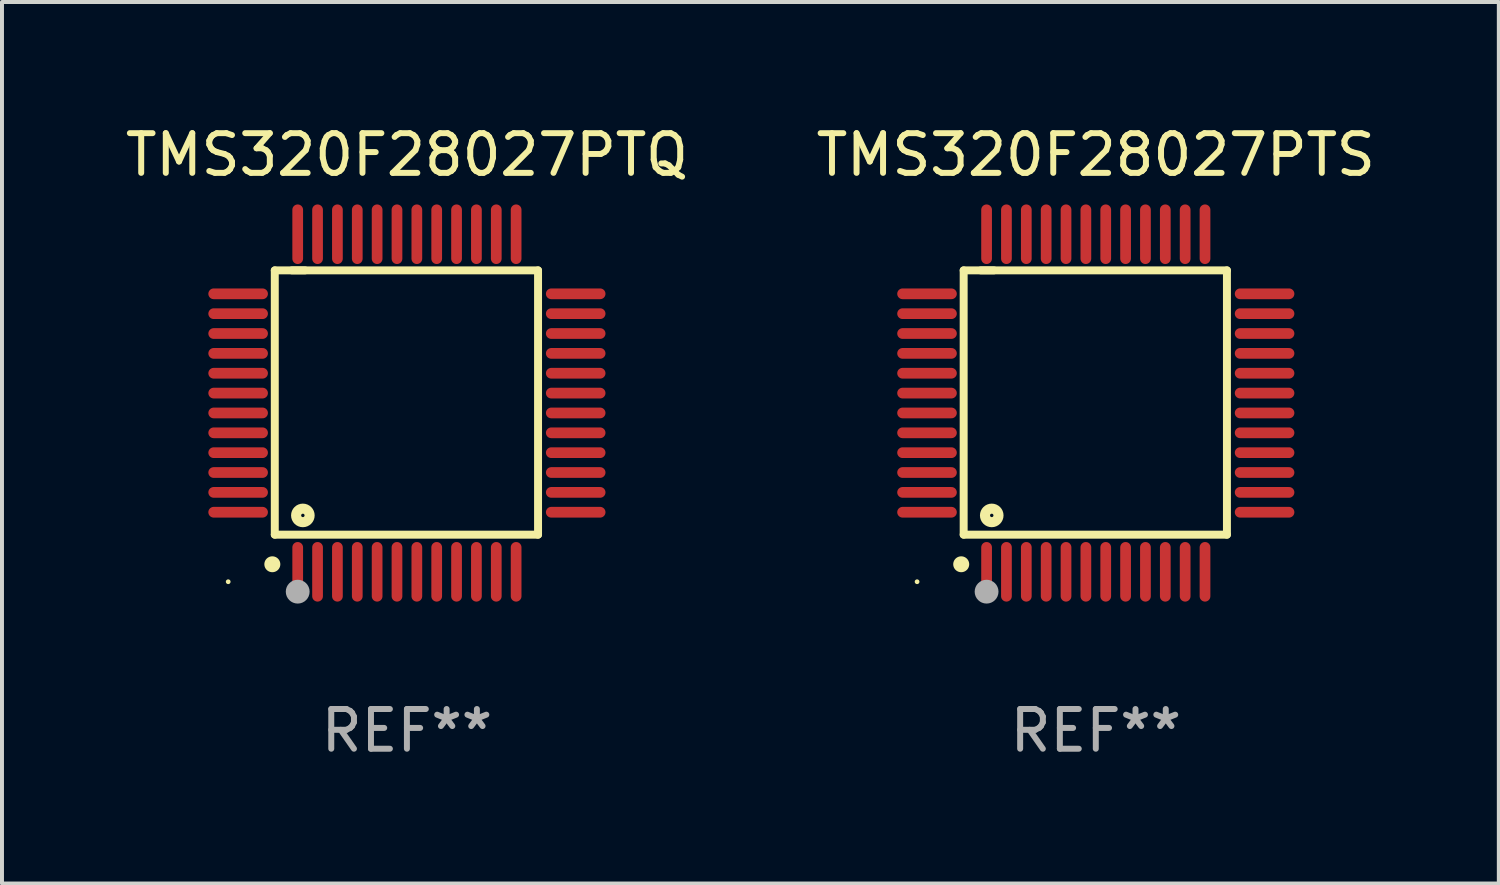
<source format=kicad_pcb>
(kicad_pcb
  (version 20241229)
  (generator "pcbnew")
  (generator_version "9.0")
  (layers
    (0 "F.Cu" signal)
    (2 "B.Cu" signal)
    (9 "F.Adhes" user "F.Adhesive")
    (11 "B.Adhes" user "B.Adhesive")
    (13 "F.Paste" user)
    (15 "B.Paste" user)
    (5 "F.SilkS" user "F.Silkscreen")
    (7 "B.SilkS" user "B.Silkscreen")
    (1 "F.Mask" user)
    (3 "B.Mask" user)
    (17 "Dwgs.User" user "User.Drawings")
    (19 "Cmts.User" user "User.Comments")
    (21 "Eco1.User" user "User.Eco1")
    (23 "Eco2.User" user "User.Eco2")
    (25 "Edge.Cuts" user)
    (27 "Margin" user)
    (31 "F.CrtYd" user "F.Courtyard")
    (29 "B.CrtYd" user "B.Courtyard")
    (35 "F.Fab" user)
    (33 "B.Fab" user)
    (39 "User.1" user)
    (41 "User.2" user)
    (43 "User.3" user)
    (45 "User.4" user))
  (footprint "TMS320F28027PTS"
    (layer "F.Cu")
    (at 24.542 7.098)
    (property "Reference" "TMS320F28027PTS" (at 0 -6.25 0) (layer "F.SilkS") (effects (font (size 1 1) (thickness 0.15))))
    (attr through_hole)
    (fp_line (start -3.327 -3.34) (end -2.565 -3.34) (stroke (width 0.2) (type solid)) (layer "F.SilkS"))
    (fp_line (start -3.327 3.315) (end -3.327 -3.34) (stroke (width 0.2) (type solid)) (layer "F.SilkS"))
    (fp_line (start -2.896 -3.34) (end 3.302 -3.34) (stroke (width 0.2) (type solid)) (layer "F.SilkS"))
    (fp_line (start 3.302 -3.34) (end 3.302 3.315) (stroke (width 0.2) (type solid)) (layer "F.SilkS"))
    (fp_line (start 3.302 3.315) (end -3.327 3.315) (stroke (width 0.2) (type solid)) (layer "F.SilkS"))
    (fp_arc (start -3.389992 4.059995) (mid -3.388722 4.059991) (end -3.387452 4.059995) (stroke (width 0.4) (type solid)) (layer "F.SilkS"))
    (fp_circle (center -4.5 4.5) (end -4.47 4.5) (stroke (width 0.06) (type solid)) (fill no) (layer "F.SilkS"))
    (fp_circle (center -2.62 2.83) (end -2.45 2.83) (stroke (width 0.254) (type solid)) (fill no) (layer "F.SilkS"))
    (fp_circle (center -2.75 4.75) (end -2.6 4.75) (stroke (width 0.3) (type solid)) (fill no) (layer "F.Fab"))
    (fp_text user "REF**" (at 0 8.25 0) (layer "F.Fab") (effects (font (size 1 1) (thickness 0.15))))
    (pad "1" smd oval (at -2.75 4.25) (size 0.27 1.5) (layers "F.Cu" "F.Mask" "F.Paste"))
    (pad "2" smd oval (at -2.25 4.25) (size 0.27 1.5) (layers "F.Cu" "F.Mask" "F.Paste"))
    (pad "3" smd oval (at -1.75 4.25) (size 0.27 1.5) (layers "F.Cu" "F.Mask" "F.Paste"))
    (pad "4" smd oval (at -1.25 4.25) (size 0.27 1.5) (layers "F.Cu" "F.Mask" "F.Paste"))
    (pad "5" smd oval (at -0.75 4.25) (size 0.27 1.5) (layers "F.Cu" "F.Mask" "F.Paste"))
    (pad "6" smd oval (at -0.25 4.25) (size 0.27 1.5) (layers "F.Cu" "F.Mask" "F.Paste"))
    (pad "7" smd oval (at 0.25 4.25) (size 0.27 1.5) (layers "F.Cu" "F.Mask" "F.Paste"))
    (pad "8" smd oval (at 0.75 4.25) (size 0.27 1.5) (layers "F.Cu" "F.Mask" "F.Paste"))
    (pad "9" smd oval (at 1.25 4.25) (size 0.27 1.5) (layers "F.Cu" "F.Mask" "F.Paste"))
    (pad "10" smd oval (at 1.75 4.25) (size 0.27 1.5) (layers "F.Cu" "F.Mask" "F.Paste"))
    (pad "11" smd oval (at 2.25 4.25) (size 0.27 1.5) (layers "F.Cu" "F.Mask" "F.Paste"))
    (pad "12" smd oval (at 2.75 4.25) (size 0.27 1.5) (layers "F.Cu" "F.Mask" "F.Paste"))
    (pad "13" smd oval (at 4.25 2.75) (size 1.5 0.27) (layers "F.Cu" "F.Mask" "F.Paste"))
    (pad "14" smd oval (at 4.25 2.25) (size 1.5 0.27) (layers "F.Cu" "F.Mask" "F.Paste"))
    (pad "15" smd oval (at 4.25 1.75) (size 1.5 0.27) (layers "F.Cu" "F.Mask" "F.Paste"))
    (pad "16" smd oval (at 4.25 1.25) (size 1.5 0.27) (layers "F.Cu" "F.Mask" "F.Paste"))
    (pad "17" smd oval (at 4.25 0.75) (size 1.5 0.27) (layers "F.Cu" "F.Mask" "F.Paste"))
    (pad "18" smd oval (at 4.25 0.25) (size 1.5 0.27) (layers "F.Cu" "F.Mask" "F.Paste"))
    (pad "19" smd oval (at 4.25 -0.25) (size 1.5 0.27) (layers "F.Cu" "F.Mask" "F.Paste"))
    (pad "20" smd oval (at 4.25 -0.75) (size 1.5 0.27) (layers "F.Cu" "F.Mask" "F.Paste"))
    (pad "21" smd oval (at 4.25 -1.25) (size 1.5 0.27) (layers "F.Cu" "F.Mask" "F.Paste"))
    (pad "22" smd oval (at 4.25 -1.75) (size 1.5 0.27) (layers "F.Cu" "F.Mask" "F.Paste"))
    (pad "23" smd oval (at 4.25 -2.25) (size 1.5 0.27) (layers "F.Cu" "F.Mask" "F.Paste"))
    (pad "24" smd oval (at 4.25 -2.75) (size 1.5 0.27) (layers "F.Cu" "F.Mask" "F.Paste"))
    (pad "25" smd oval (at 2.75 -4.25) (size 0.27 1.5) (layers "F.Cu" "F.Mask" "F.Paste"))
    (pad "26" smd oval (at 2.25 -4.25) (size 0.27 1.5) (layers "F.Cu" "F.Mask" "F.Paste"))
    (pad "27" smd oval (at 1.75 -4.25) (size 0.27 1.5) (layers "F.Cu" "F.Mask" "F.Paste"))
    (pad "28" smd oval (at 1.25 -4.25) (size 0.27 1.5) (layers "F.Cu" "F.Mask" "F.Paste"))
    (pad "29" smd oval (at 0.75 -4.25) (size 0.27 1.5) (layers "F.Cu" "F.Mask" "F.Paste"))
    (pad "30" smd oval (at 0.25 -4.25) (size 0.27 1.5) (layers "F.Cu" "F.Mask" "F.Paste"))
    (pad "31" smd oval (at -0.25 -4.25) (size 0.27 1.5) (layers "F.Cu" "F.Mask" "F.Paste"))
    (pad "32" smd oval (at -0.75 -4.25) (size 0.27 1.5) (layers "F.Cu" "F.Mask" "F.Paste"))
    (pad "33" smd oval (at -1.25 -4.25) (size 0.27 1.5) (layers "F.Cu" "F.Mask" "F.Paste"))
    (pad "34" smd oval (at -1.75 -4.25) (size 0.27 1.5) (layers "F.Cu" "F.Mask" "F.Paste"))
    (pad "35" smd oval (at -2.25 -4.25) (size 0.27 1.5) (layers "F.Cu" "F.Mask" "F.Paste"))
    (pad "36" smd oval (at -2.75 -4.25) (size 0.27 1.5) (layers "F.Cu" "F.Mask" "F.Paste"))
    (pad "37" smd oval (at -4.25 -2.75) (size 1.5 0.27) (layers "F.Cu" "F.Mask" "F.Paste"))
    (pad "38" smd oval (at -4.25 -2.25) (size 1.5 0.27) (layers "F.Cu" "F.Mask" "F.Paste"))
    (pad "39" smd oval (at -4.25 -1.75) (size 1.5 0.27) (layers "F.Cu" "F.Mask" "F.Paste"))
    (pad "40" smd oval (at -4.25 -1.25) (size 1.5 0.27) (layers "F.Cu" "F.Mask" "F.Paste"))
    (pad "41" smd oval (at -4.25 -0.75) (size 1.5 0.27) (layers "F.Cu" "F.Mask" "F.Paste"))
    (pad "42" smd oval (at -4.25 -0.25) (size 1.5 0.27) (layers "F.Cu" "F.Mask" "F.Paste"))
    (pad "43" smd oval (at -4.25 0.25) (size 1.5 0.27) (layers "F.Cu" "F.Mask" "F.Paste"))
    (pad "44" smd oval (at -4.25 0.75) (size 1.5 0.27) (layers "F.Cu" "F.Mask" "F.Paste"))
    (pad "45" smd oval (at -4.25 1.25) (size 1.5 0.27) (layers "F.Cu" "F.Mask" "F.Paste"))
    (pad "46" smd oval (at -4.25 1.75) (size 1.5 0.27) (layers "F.Cu" "F.Mask" "F.Paste"))
    (pad "47" smd oval (at -4.25 2.25) (size 1.5 0.27) (layers "F.Cu" "F.Mask" "F.Paste"))
    (pad "48" smd oval (at -4.25 2.75) (size 1.5 0.27) (layers "F.Cu" "F.Mask" "F.Paste")))
  (footprint "TMS320F28027PTQ"
    (layer "F.Cu")
    (at 7.196 7.098)
    (property "Reference" "TMS320F28027PTQ" (at 0 -6.25 0) (layer "F.SilkS") (effects (font (size 1 1) (thickness 0.15))))
    (attr through_hole)
    (fp_line (start -3.327 -3.34) (end -2.565 -3.34) (stroke (width 0.2) (type solid)) (layer "F.SilkS"))
    (fp_line (start -3.327 3.315) (end -3.327 -3.34) (stroke (width 0.2) (type solid)) (layer "F.SilkS"))
    (fp_line (start -2.896 -3.34) (end 3.302 -3.34) (stroke (width 0.2) (type solid)) (layer "F.SilkS"))
    (fp_line (start 3.302 -3.34) (end 3.302 3.315) (stroke (width 0.2) (type solid)) (layer "F.SilkS"))
    (fp_line (start 3.302 3.315) (end -3.327 3.315) (stroke (width 0.2) (type solid)) (layer "F.SilkS"))
    (fp_arc (start -3.389992 4.059995) (mid -3.388722 4.059991) (end -3.387452 4.059995) (stroke (width 0.4) (type solid)) (layer "F.SilkS"))
    (fp_circle (center -4.5 4.5) (end -4.47 4.5) (stroke (width 0.06) (type solid)) (fill no) (layer "F.SilkS"))
    (fp_circle (center -2.62 2.83) (end -2.45 2.83) (stroke (width 0.254) (type solid)) (fill no) (layer "F.SilkS"))
    (fp_circle (center -2.75 4.75) (end -2.6 4.75) (stroke (width 0.3) (type solid)) (fill no) (layer "F.Fab"))
    (fp_text user "REF**" (at 0 8.25 0) (layer "F.Fab") (effects (font (size 1 1) (thickness 0.15))))
    (pad "1" smd oval (at -2.75 4.25) (size 0.27 1.5) (layers "F.Cu" "F.Mask" "F.Paste"))
    (pad "2" smd oval (at -2.25 4.25) (size 0.27 1.5) (layers "F.Cu" "F.Mask" "F.Paste"))
    (pad "3" smd oval (at -1.75 4.25) (size 0.27 1.5) (layers "F.Cu" "F.Mask" "F.Paste"))
    (pad "4" smd oval (at -1.25 4.25) (size 0.27 1.5) (layers "F.Cu" "F.Mask" "F.Paste"))
    (pad "5" smd oval (at -0.75 4.25) (size 0.27 1.5) (layers "F.Cu" "F.Mask" "F.Paste"))
    (pad "6" smd oval (at -0.25 4.25) (size 0.27 1.5) (layers "F.Cu" "F.Mask" "F.Paste"))
    (pad "7" smd oval (at 0.25 4.25) (size 0.27 1.5) (layers "F.Cu" "F.Mask" "F.Paste"))
    (pad "8" smd oval (at 0.75 4.25) (size 0.27 1.5) (layers "F.Cu" "F.Mask" "F.Paste"))
    (pad "9" smd oval (at 1.25 4.25) (size 0.27 1.5) (layers "F.Cu" "F.Mask" "F.Paste"))
    (pad "10" smd oval (at 1.75 4.25) (size 0.27 1.5) (layers "F.Cu" "F.Mask" "F.Paste"))
    (pad "11" smd oval (at 2.25 4.25) (size 0.27 1.5) (layers "F.Cu" "F.Mask" "F.Paste"))
    (pad "12" smd oval (at 2.75 4.25) (size 0.27 1.5) (layers "F.Cu" "F.Mask" "F.Paste"))
    (pad "13" smd oval (at 4.25 2.75) (size 1.5 0.27) (layers "F.Cu" "F.Mask" "F.Paste"))
    (pad "14" smd oval (at 4.25 2.25) (size 1.5 0.27) (layers "F.Cu" "F.Mask" "F.Paste"))
    (pad "15" smd oval (at 4.25 1.75) (size 1.5 0.27) (layers "F.Cu" "F.Mask" "F.Paste"))
    (pad "16" smd oval (at 4.25 1.25) (size 1.5 0.27) (layers "F.Cu" "F.Mask" "F.Paste"))
    (pad "17" smd oval (at 4.25 0.75) (size 1.5 0.27) (layers "F.Cu" "F.Mask" "F.Paste"))
    (pad "18" smd oval (at 4.25 0.25) (size 1.5 0.27) (layers "F.Cu" "F.Mask" "F.Paste"))
    (pad "19" smd oval (at 4.25 -0.25) (size 1.5 0.27) (layers "F.Cu" "F.Mask" "F.Paste"))
    (pad "20" smd oval (at 4.25 -0.75) (size 1.5 0.27) (layers "F.Cu" "F.Mask" "F.Paste"))
    (pad "21" smd oval (at 4.25 -1.25) (size 1.5 0.27) (layers "F.Cu" "F.Mask" "F.Paste"))
    (pad "22" smd oval (at 4.25 -1.75) (size 1.5 0.27) (layers "F.Cu" "F.Mask" "F.Paste"))
    (pad "23" smd oval (at 4.25 -2.25) (size 1.5 0.27) (layers "F.Cu" "F.Mask" "F.Paste"))
    (pad "24" smd oval (at 4.25 -2.75) (size 1.5 0.27) (layers "F.Cu" "F.Mask" "F.Paste"))
    (pad "25" smd oval (at 2.75 -4.25) (size 0.27 1.5) (layers "F.Cu" "F.Mask" "F.Paste"))
    (pad "26" smd oval (at 2.25 -4.25) (size 0.27 1.5) (layers "F.Cu" "F.Mask" "F.Paste"))
    (pad "27" smd oval (at 1.75 -4.25) (size 0.27 1.5) (layers "F.Cu" "F.Mask" "F.Paste"))
    (pad "28" smd oval (at 1.25 -4.25) (size 0.27 1.5) (layers "F.Cu" "F.Mask" "F.Paste"))
    (pad "29" smd oval (at 0.75 -4.25) (size 0.27 1.5) (layers "F.Cu" "F.Mask" "F.Paste"))
    (pad "30" smd oval (at 0.25 -4.25) (size 0.27 1.5) (layers "F.Cu" "F.Mask" "F.Paste"))
    (pad "31" smd oval (at -0.25 -4.25) (size 0.27 1.5) (layers "F.Cu" "F.Mask" "F.Paste"))
    (pad "32" smd oval (at -0.75 -4.25) (size 0.27 1.5) (layers "F.Cu" "F.Mask" "F.Paste"))
    (pad "33" smd oval (at -1.25 -4.25) (size 0.27 1.5) (layers "F.Cu" "F.Mask" "F.Paste"))
    (pad "34" smd oval (at -1.75 -4.25) (size 0.27 1.5) (layers "F.Cu" "F.Mask" "F.Paste"))
    (pad "35" smd oval (at -2.25 -4.25) (size 0.27 1.5) (layers "F.Cu" "F.Mask" "F.Paste"))
    (pad "36" smd oval (at -2.75 -4.25) (size 0.27 1.5) (layers "F.Cu" "F.Mask" "F.Paste"))
    (pad "37" smd oval (at -4.25 -2.75) (size 1.5 0.27) (layers "F.Cu" "F.Mask" "F.Paste"))
    (pad "38" smd oval (at -4.25 -2.25) (size 1.5 0.27) (layers "F.Cu" "F.Mask" "F.Paste"))
    (pad "39" smd oval (at -4.25 -1.75) (size 1.5 0.27) (layers "F.Cu" "F.Mask" "F.Paste"))
    (pad "40" smd oval (at -4.25 -1.25) (size 1.5 0.27) (layers "F.Cu" "F.Mask" "F.Paste"))
    (pad "41" smd oval (at -4.25 -0.75) (size 1.5 0.27) (layers "F.Cu" "F.Mask" "F.Paste"))
    (pad "42" smd oval (at -4.25 -0.25) (size 1.5 0.27) (layers "F.Cu" "F.Mask" "F.Paste"))
    (pad "43" smd oval (at -4.25 0.25) (size 1.5 0.27) (layers "F.Cu" "F.Mask" "F.Paste"))
    (pad "44" smd oval (at -4.25 0.75) (size 1.5 0.27) (layers "F.Cu" "F.Mask" "F.Paste"))
    (pad "45" smd oval (at -4.25 1.25) (size 1.5 0.27) (layers "F.Cu" "F.Mask" "F.Paste"))
    (pad "46" smd oval (at -4.25 1.75) (size 1.5 0.27) (layers "F.Cu" "F.Mask" "F.Paste"))
    (pad "47" smd oval (at -4.25 2.25) (size 1.5 0.27) (layers "F.Cu" "F.Mask" "F.Paste"))
    (pad "48" smd oval (at -4.25 2.75) (size 1.5 0.27) (layers "F.Cu" "F.Mask" "F.Paste")))
  (gr_rect
    (start -3 -3)
    (end 34.69 19.196)
    (stroke (width 0.1) (type default))
    (fill no)
    (layer "Edge.Cuts")))
</source>
